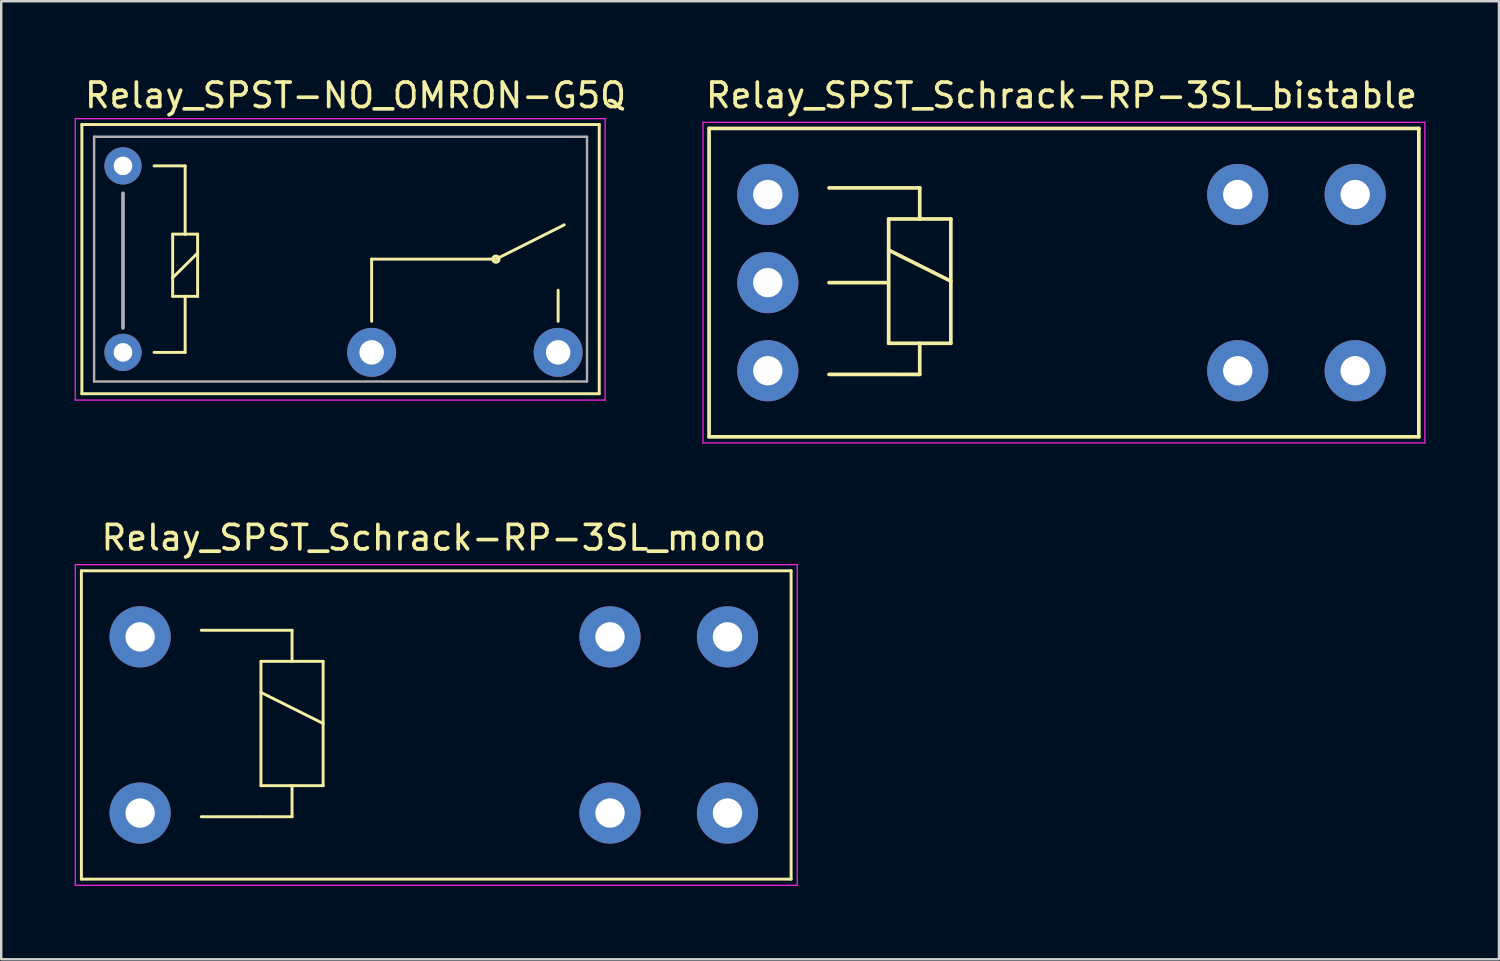
<source format=kicad_pcb>
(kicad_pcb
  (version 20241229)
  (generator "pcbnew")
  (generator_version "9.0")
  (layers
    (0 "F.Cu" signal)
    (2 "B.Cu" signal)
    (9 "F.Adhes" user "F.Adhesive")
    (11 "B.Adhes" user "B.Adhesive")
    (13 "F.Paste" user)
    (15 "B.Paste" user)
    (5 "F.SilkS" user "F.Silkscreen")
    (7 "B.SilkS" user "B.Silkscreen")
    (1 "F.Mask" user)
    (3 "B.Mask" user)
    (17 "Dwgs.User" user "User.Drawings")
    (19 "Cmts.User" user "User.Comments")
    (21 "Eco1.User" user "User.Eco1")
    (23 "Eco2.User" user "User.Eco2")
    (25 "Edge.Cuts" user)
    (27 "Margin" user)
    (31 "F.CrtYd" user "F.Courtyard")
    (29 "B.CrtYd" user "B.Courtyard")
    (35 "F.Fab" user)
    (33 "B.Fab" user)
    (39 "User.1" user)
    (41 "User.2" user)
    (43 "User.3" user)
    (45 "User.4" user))
  (footprint "Relay_SPST_Schrack-RP-3SL_bistable"
    (layer "F.Cu")
    (at 28.323 12.098)
    (property "Reference" "Relay_SPST_Schrack-RP-3SL_bistable" (at 12 -11.25 0) (layer "F.SilkS") (effects (font (size 1 1) (thickness 0.15))))
    (attr through_hole)
    (fp_line (start -2.4 -9.9) (end -2.4 2.7) (stroke (width 0.15) (type solid)) (layer "F.SilkS"))
    (fp_line (start -2.4 2.7) (end 26.6 2.7) (stroke (width 0.15) (type solid)) (layer "F.SilkS"))
    (fp_line (start 2.5 -7.47) (end 6.208 -7.47) (stroke (width 0.15) (type solid)) (layer "F.SilkS"))
    (fp_line (start 4.9 -3.6) (end 2.5 -3.6) (stroke (width 0.15) (type solid)) (layer "F.SilkS"))
    (fp_line (start 4.9 0.15) (end 2.5 0.15) (stroke (width 0.15) (type solid)) (layer "F.SilkS"))
    (fp_line (start 4.938 -6.2) (end 6.208 -6.2) (stroke (width 0.15) (type solid)) (layer "F.SilkS"))
    (fp_line (start 4.938 -4.93) (end 7.478 -3.66) (stroke (width 0.15) (type solid)) (layer "F.SilkS"))
    (fp_line (start 4.938 -1.12) (end 4.938 -6.2) (stroke (width 0.15) (type solid)) (layer "F.SilkS"))
    (fp_line (start 6.208 -7.47) (end 6.208 -6.2) (stroke (width 0.15) (type solid)) (layer "F.SilkS"))
    (fp_line (start 6.208 -6.2) (end 7.478 -6.2) (stroke (width 0.15) (type solid)) (layer "F.SilkS"))
    (fp_line (start 6.208 -1.12) (end 6.208 0.15) (stroke (width 0.15) (type solid)) (layer "F.SilkS"))
    (fp_line (start 6.208 0.15) (end 4.938 0.15) (stroke (width 0.15) (type solid)) (layer "F.SilkS"))
    (fp_line (start 7.478 -6.2) (end 7.478 -1.12) (stroke (width 0.15) (type solid)) (layer "F.SilkS"))
    (fp_line (start 7.478 -1.12) (end 4.938 -1.12) (stroke (width 0.15) (type solid)) (layer "F.SilkS"))
    (fp_line (start 26.6 -9.9) (end -2.4 -9.9) (stroke (width 0.15) (type solid)) (layer "F.SilkS"))
    (fp_line (start 26.6 2.7) (end 26.6 -9.9) (stroke (width 0.15) (type solid)) (layer "F.SilkS"))
    (fp_line (start -2.65 -10.15) (end -2.65 2.95) (stroke (width 0.05) (type solid)) (layer "F.CrtYd"))
    (fp_line (start -2.65 2.95) (end 26.85 2.95) (stroke (width 0.05) (type solid)) (layer "F.CrtYd"))
    (fp_line (start 26.85 -10.15) (end -2.65 -10.15) (stroke (width 0.05) (type solid)) (layer "F.CrtYd"))
    (fp_line (start 26.85 2.95) (end 26.85 -10.15) (stroke (width 0.05) (type solid)) (layer "F.CrtYd"))
    (pad "11" thru_hole circle (at 19.2 -7.2) (size 2.5 2.5) (drill 1.199) (layers "*.Cu" "*.Mask"))
    (pad "11" thru_hole circle (at 19.2 0) (size 2.5 2.5) (drill 1.199) (layers "*.Cu" "*.Mask"))
    (pad "14" thru_hole circle (at 24 -7.2) (size 2.5 2.5) (drill 1.199) (layers "*.Cu" "*.Mask"))
    (pad "14" thru_hole circle (at 24 0) (size 2.5 2.5) (drill 1.199) (layers "*.Cu" "*.Mask"))
    (pad "A1" thru_hole circle (at 0 0) (size 2.5 2.5) (drill 1.199) (layers "*.Cu" "*.Mask"))
    (pad "A2" thru_hole circle (at 0 -7.2) (size 2.5 2.5) (drill 1.199) (layers "*.Cu" "*.Mask"))
    (pad "A3" thru_hole circle (at 0 -3.6) (size 2.5 2.5) (drill 1.199) (layers "*.Cu" "*.Mask")))
  (footprint "Relay_SPST_Schrack-RP-3SL_mono"
    (layer "F.Cu")
    (at 2.675 30.172)
    (property "Reference" "Relay_SPST_Schrack-RP-3SL_mono" (at 12 -11.25 0) (layer "F.SilkS") (effects (font (size 1 1) (thickness 0.15))))
    (attr through_hole)
    (fp_line (start -2.4 -9.9) (end -2.4 2.7) (stroke (width 0.12) (type solid)) (layer "F.SilkS"))
    (fp_line (start -2.4 2.7) (end 26.6 2.7) (stroke (width 0.12) (type solid)) (layer "F.SilkS"))
    (fp_line (start 2.5 -7.47) (end 6.208 -7.47) (stroke (width 0.12) (type solid)) (layer "F.SilkS"))
    (fp_line (start 4.9 0.15) (end 2.5 0.15) (stroke (width 0.12) (type solid)) (layer "F.SilkS"))
    (fp_line (start 4.938 -6.2) (end 6.208 -6.2) (stroke (width 0.12) (type solid)) (layer "F.SilkS"))
    (fp_line (start 4.938 -4.93) (end 7.478 -3.66) (stroke (width 0.12) (type solid)) (layer "F.SilkS"))
    (fp_line (start 4.938 -1.12) (end 4.938 -6.2) (stroke (width 0.12) (type solid)) (layer "F.SilkS"))
    (fp_line (start 6.208 -7.47) (end 6.208 -6.2) (stroke (width 0.12) (type solid)) (layer "F.SilkS"))
    (fp_line (start 6.208 -6.2) (end 7.478 -6.2) (stroke (width 0.12) (type solid)) (layer "F.SilkS"))
    (fp_line (start 6.208 -1.12) (end 6.208 0.15) (stroke (width 0.12) (type solid)) (layer "F.SilkS"))
    (fp_line (start 6.208 0.15) (end 4.938 0.15) (stroke (width 0.12) (type solid)) (layer "F.SilkS"))
    (fp_line (start 7.478 -6.2) (end 7.478 -1.12) (stroke (width 0.12) (type solid)) (layer "F.SilkS"))
    (fp_line (start 7.478 -1.12) (end 4.938 -1.12) (stroke (width 0.12) (type solid)) (layer "F.SilkS"))
    (fp_line (start 26.6 -9.9) (end -2.4 -9.9) (stroke (width 0.12) (type solid)) (layer "F.SilkS"))
    (fp_line (start 26.6 2.7) (end 26.6 -9.9) (stroke (width 0.12) (type solid)) (layer "F.SilkS"))
    (fp_line (start -2.65 -10.15) (end -2.65 2.95) (stroke (width 0.05) (type solid)) (layer "F.CrtYd"))
    (fp_line (start -2.65 2.95) (end 26.85 2.95) (stroke (width 0.05) (type solid)) (layer "F.CrtYd"))
    (fp_line (start 26.85 -10.15) (end -2.65 -10.15) (stroke (width 0.05) (type solid)) (layer "F.CrtYd"))
    (fp_line (start 26.85 2.95) (end 26.85 -10.15) (stroke (width 0.05) (type solid)) (layer "F.CrtYd"))
    (pad "11" thru_hole circle (at 19.2 -7.2) (size 2.5 2.5) (drill 1.199) (layers "*.Cu" "*.Mask"))
    (pad "11" thru_hole circle (at 19.2 0) (size 2.5 2.5) (drill 1.199) (layers "*.Cu" "*.Mask"))
    (pad "14" thru_hole circle (at 24 -7.2) (size 2.5 2.5) (drill 1.199) (layers "*.Cu" "*.Mask"))
    (pad "14" thru_hole circle (at 24 0) (size 2.5 2.5) (drill 1.199) (layers "*.Cu" "*.Mask"))
    (pad "A1" thru_hole circle (at 0 0) (size 2.5 2.5) (drill 1.199) (layers "*.Cu" "*.Mask"))
    (pad "A2" thru_hole circle (at 0 -7.2) (size 2.5 2.5) (drill 1.199) (layers "*.Cu" "*.Mask")))
  (footprint "Relay_SPST-NO_OMRON-G5Q"
    (layer "F.Cu")
    (at 1.975 11.348)
    (property "Reference" "Relay_SPST-NO_OMRON-G5Q" (at 9.5 -10.5 180) (layer "F.SilkS") (effects (font (size 1 1) (thickness 0.15))))
    (attr through_hole)
    (fp_line (start -1.68 -9.31) (end 19.46 -9.31) (stroke (width 0.12) (type solid)) (layer "F.SilkS"))
    (fp_line (start -1.68 1.69) (end -1.68 -9.31) (stroke (width 0.12) (type solid)) (layer "F.SilkS"))
    (fp_line (start -1.68 1.69) (end 19.46 1.69) (stroke (width 0.12) (type solid)) (layer "F.SilkS"))
    (fp_line (start 1.27 0) (end 2.54 0) (stroke (width 0.12) (type solid)) (layer "F.SilkS"))
    (fp_line (start 2.03 -4.83) (end 2.54 -4.83) (stroke (width 0.12) (type solid)) (layer "F.SilkS"))
    (fp_line (start 2.03 -3.05) (end 3.05 -4.06) (stroke (width 0.12) (type solid)) (layer "F.SilkS"))
    (fp_line (start 2.03 -2.29) (end 2.03 -4.83) (stroke (width 0.12) (type solid)) (layer "F.SilkS"))
    (fp_line (start 2.54 -7.62) (end 1.27 -7.62) (stroke (width 0.12) (type solid)) (layer "F.SilkS"))
    (fp_line (start 2.54 -4.83) (end 2.54 -7.62) (stroke (width 0.12) (type solid)) (layer "F.SilkS"))
    (fp_line (start 2.54 -4.83) (end 3.05 -4.83) (stroke (width 0.12) (type solid)) (layer "F.SilkS"))
    (fp_line (start 2.54 -2.29) (end 2.03 -2.29) (stroke (width 0.12) (type solid)) (layer "F.SilkS"))
    (fp_line (start 2.54 0) (end 2.54 -2.29) (stroke (width 0.12) (type solid)) (layer "F.SilkS"))
    (fp_line (start 3.05 -4.83) (end 3.05 -2.29) (stroke (width 0.12) (type solid)) (layer "F.SilkS"))
    (fp_line (start 3.05 -2.29) (end 2.54 -2.29) (stroke (width 0.12) (type solid)) (layer "F.SilkS"))
    (fp_line (start 10.16 -3.81) (end 15.24 -3.81) (stroke (width 0.12) (type solid)) (layer "F.SilkS"))
    (fp_line (start 10.16 -1.27) (end 10.16 -3.81) (stroke (width 0.12) (type solid)) (layer "F.SilkS"))
    (fp_line (start 15.24 -3.81) (end 18.03 -5.21) (stroke (width 0.12) (type solid)) (layer "F.SilkS"))
    (fp_line (start 17.78 -1.27) (end 17.78 -2.54) (stroke (width 0.12) (type solid)) (layer "F.SilkS"))
    (fp_line (start 19.46 1.69) (end 19.46 -9.31) (stroke (width 0.12) (type solid)) (layer "F.SilkS"))
    (fp_circle (center 15.24 -3.81) (end 15.24 -3.68) (stroke (width 0.12) (type solid)) (fill no) (layer "F.SilkS"))
    (fp_line (start -1.95 -9.55) (end 19.7 -9.55) (stroke (width 0.05) (type solid)) (layer "F.CrtYd"))
    (fp_line (start -1.95 1.95) (end -1.95 -9.55) (stroke (width 0.05) (type solid)) (layer "F.CrtYd"))
    (fp_line (start 19.7 -9.55) (end 19.7 1.95) (stroke (width 0.05) (type solid)) (layer "F.CrtYd"))
    (fp_line (start 19.7 1.95) (end -1.95 1.95) (stroke (width 0.05) (type solid)) (layer "F.CrtYd"))
    (fp_line (start -1.18 -8.81) (end 18.96 -8.81) (stroke (width 0.1) (type solid)) (layer "F.Fab"))
    (fp_line (start -1.18 1.19) (end -1.18 -8.81) (stroke (width 0.1) (type solid)) (layer "F.Fab"))
    (fp_line (start 0 -1) (end 0 -6.5) (stroke (width 0.15) (type solid)) (layer "F.Fab"))
    (fp_line (start 18.96 -8.81) (end 18.96 1.19) (stroke (width 0.1) (type solid)) (layer "F.Fab"))
    (fp_line (start 18.96 1.19) (end -1.18 1.19) (stroke (width 0.1) (type solid)) (layer "F.Fab"))
    (pad "1" thru_hole circle (at 0 0 180) (size 1.52 1.52) (drill 0.76) (layers "*.Cu" "*.Mask"))
    (pad "2" thru_hole circle (at 10.16 0 180) (size 2 2) (drill 1) (layers "*.Cu" "*.Mask"))
    (pad "3" thru_hole circle (at 17.78 0 180) (size 2 2) (drill 1) (layers "*.Cu" "*.Mask"))
    (pad "5" thru_hole circle (at 0 -7.62 180) (size 1.52 1.52) (drill 0.76) (layers "*.Cu" "*.Mask")))
  (gr_rect
    (start -3 -3)
    (end 58.198 36.147)
    (stroke (width 0.1) (type default))
    (fill no)
    (layer "Edge.Cuts")))
</source>
